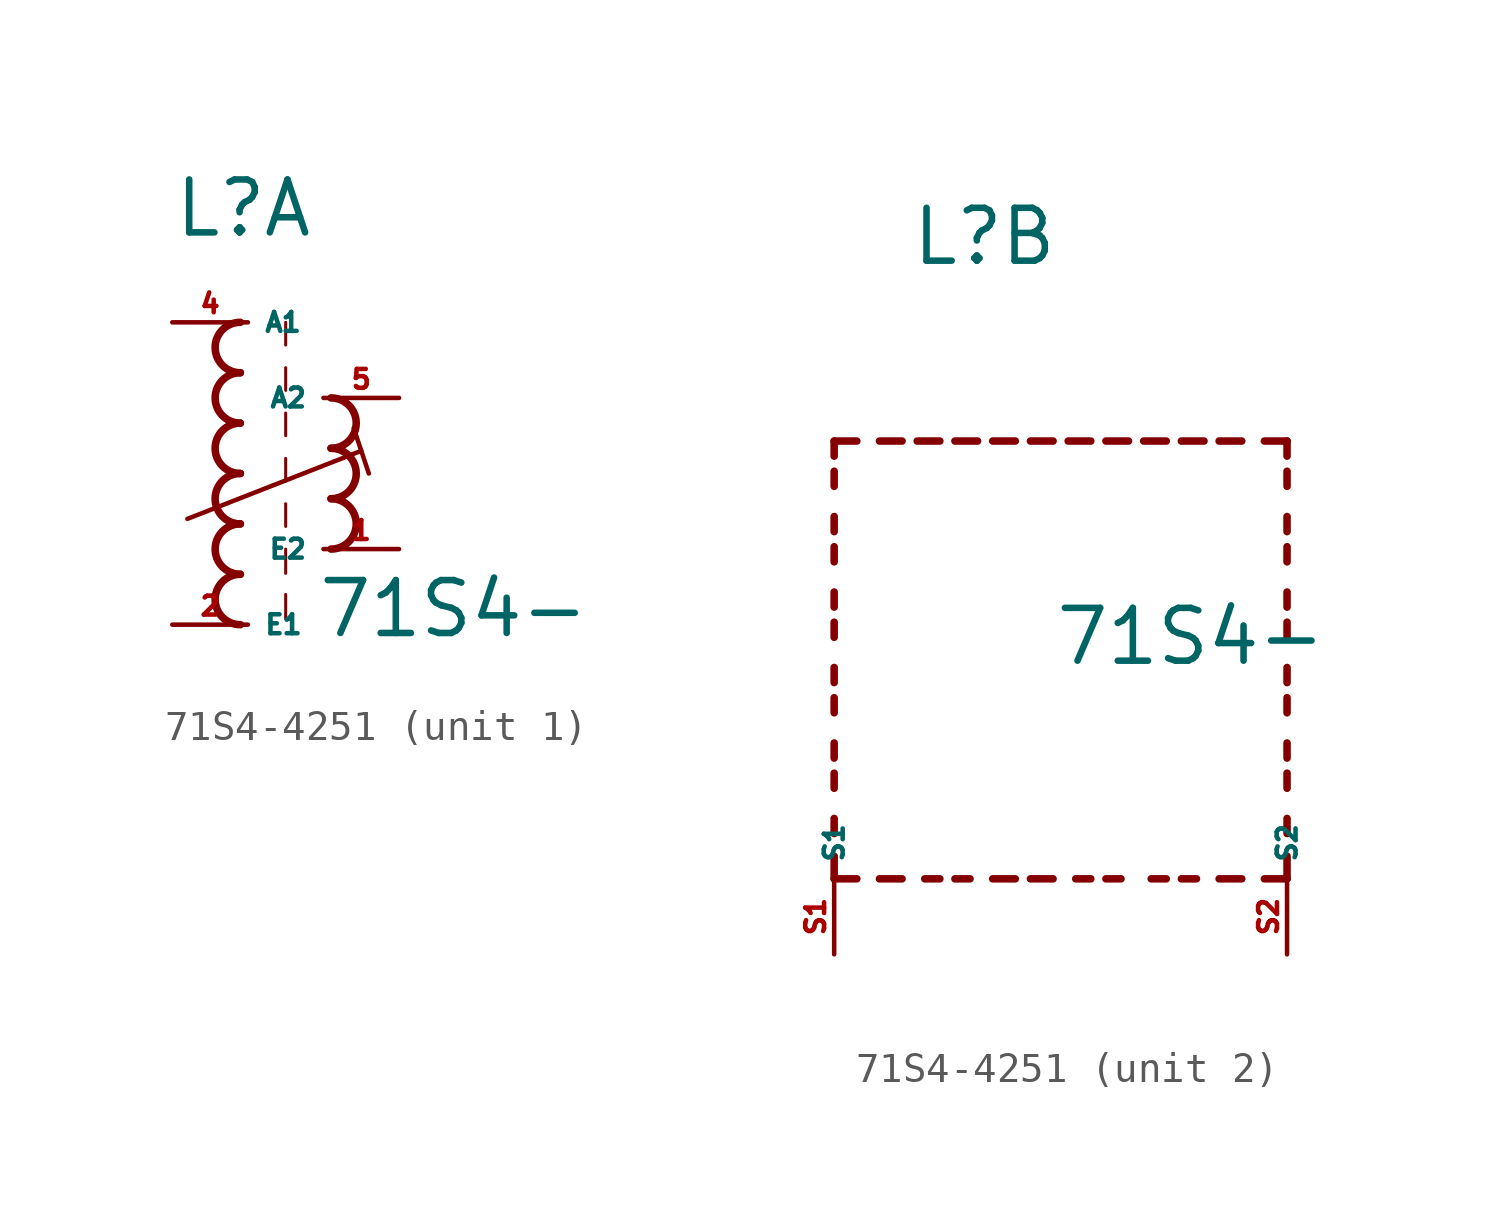
<source format=kicad_sym>
(kicad_symbol_lib
  (version 20220914)
  (generator kicad_symbol_editor)
  (symbol "71S4-4251"
    (property "Reference" "L"
      (at -2.54 7.874 0)
      (effects (font (size 1.778 1.778) (thickness 0.22)) (justify left bottom)))
    (property "Value" "71S4-"
      (at 2.286 -5.588 0)
      (effects (font (size 1.778 1.778) (thickness 0.22)) (justify left bottom)))
    (symbol "71S4-4251_1_0"
      (arc (start -0.254 -3.3866) (mid -1.1004 -4.2333) (end -0.254 -5.08) (stroke (width 0.254) (type default)) (fill (type none)))
      (arc (start -0.254 -1.6932) (mid -1.1004 -2.5399) (end -0.254 -3.3866) (stroke (width 0.254) (type default)) (fill (type none)))
      (arc (start -0.254 0) (mid -1.1004 -0.8467) (end -0.254 -1.6934) (stroke (width 0.254) (type default)) (fill (type none)))
      (arc (start -0.254 1.6934) (mid -1.1004 0.8467) (end -0.254 0) (stroke (width 0.254) (type default)) (fill (type none)))
      (arc (start -0.254 3.3866) (mid -1.1002 2.54) (end -0.254 1.6934) (stroke (width 0.254) (type default)) (fill (type none)))
      (arc (start -0.254 5.08) (mid -1.1004 4.2333) (end -0.254 3.3866) (stroke (width 0.254) (type default)) (fill (type none)))
      (polyline (pts (xy -2.032 -1.524) (xy 3.81 0.762)) (stroke (width 0.152) (type default)) (fill (type none)))
      (polyline (pts (xy 1.27 -4.064) (xy 1.27 -4.88)) (stroke (width 0.102) (type default)) (fill (type none)))
      (polyline (pts (xy 1.27 -2.54) (xy 1.27 -3.356)) (stroke (width 0.102) (type default)) (fill (type none)))
      (polyline (pts (xy 1.27 -1.016) (xy 1.27 -1.778)) (stroke (width 0.102) (type default)) (fill (type none)))
      (polyline (pts (xy 1.27 0.508) (xy 1.27 -0.254)) (stroke (width 0.102) (type default)) (fill (type none)))
      (polyline (pts (xy 1.27 2.032) (xy 1.27 1.27)) (stroke (width 0.102) (type default)) (fill (type none)))
      (polyline (pts (xy 1.27 3.556) (xy 1.27 2.794)) (stroke (width 0.102) (type default)) (fill (type none)))
      (polyline (pts (xy 1.27 5.08) (xy 1.27 4.318)) (stroke (width 0.102) (type default)) (fill (type none)))
      (polyline (pts (xy 3.556 1.524) (xy 4.064 0)) (stroke (width 0.152) (type default)) (fill (type none)))
      (arc (start 2.794 -2.54) (mid 3.6404 -1.6933) (end 2.794 -0.8466) (stroke (width 0.254) (type default)) (fill (type none)))
      (arc (start 2.794 -0.8466) (mid 3.6402 0) (end 2.794 0.8466) (stroke (width 0.254) (type default)) (fill (type none)))
      (arc (start 2.794 0.8466) (mid 3.6404 1.6933) (end 2.794 2.54) (stroke (width 0.254) (type default)) (fill (type none)))
      (pin passive line (at 5.08 -2.54 180) (length 2.54) (name "E2" (effects (font (size 0.635 0.635)))) (number "1" (effects (font (size 0.635 0.635)))))
      (pin passive line (at -2.54 -5.08 0) (length 2.54) (name "E1" (effects (font (size 0.635 0.635)))) (number "2" (effects (font (size 0.635 0.635)))))
      (pin passive line (at -2.54 5.08 0) (length 2.54) (name "A1" (effects (font (size 0.635 0.635)))) (number "4" (effects (font (size 0.635 0.635)))))
      (pin passive line (at 5.08 2.54 180) (length 2.54) (name "A2" (effects (font (size 0.635 0.635)))) (number "5" (effects (font (size 0.635 0.635))))))
    (symbol "71S4-4251_2_0"
      (polyline (pts (xy -5.08 -12.7) (xy -5.08 -11.938)) (stroke (width 0.254) (type default)) (fill (type none)))
      (polyline (pts (xy -5.08 -12.7) (xy -4.318 -12.7)) (stroke (width 0.254) (type default)) (fill (type none)))
      (polyline (pts (xy -5.08 -11.176) (xy -5.08 -10.668)) (stroke (width 0.254) (type default)) (fill (type none)))
      (polyline (pts (xy -5.08 -9.652) (xy -5.08 -9.144)) (stroke (width 0.254) (type default)) (fill (type none)))
      (polyline (pts (xy -5.08 -8.636) (xy -5.08 -8.128)) (stroke (width 0.254) (type default)) (fill (type none)))
      (polyline (pts (xy -5.08 -7.112) (xy -5.08 -6.604)) (stroke (width 0.254) (type default)) (fill (type none)))
      (polyline (pts (xy -5.08 -6.096) (xy -5.08 -5.588)) (stroke (width 0.254) (type default)) (fill (type none)))
      (polyline (pts (xy -5.08 -4.572) (xy -5.08 -4.064)) (stroke (width 0.254) (type default)) (fill (type none)))
      (polyline (pts (xy -5.08 -3.556) (xy -5.08 -3.048)) (stroke (width 0.254) (type default)) (fill (type none)))
      (polyline (pts (xy -5.08 -2.032) (xy -5.08 -1.524)) (stroke (width 0.254) (type default)) (fill (type none)))
      (polyline (pts (xy -5.08 -1.016) (xy -5.08 -0.508)) (stroke (width 0.254) (type default)) (fill (type none)))
      (polyline (pts (xy -5.08 0.508) (xy -5.08 1.016)) (stroke (width 0.254) (type default)) (fill (type none)))
      (polyline (pts (xy -5.08 1.524) (xy -5.08 2.032)) (stroke (width 0.254) (type default)) (fill (type none)))
      (polyline (pts (xy -5.08 2.032) (xy -4.318 2.032)) (stroke (width 0.254) (type default)) (fill (type none)))
      (polyline (pts (xy -3.556 -12.7) (xy -2.794 -12.7)) (stroke (width 0.254) (type default)) (fill (type none)))
      (polyline (pts (xy -3.556 2.032) (xy -2.794 2.032)) (stroke (width 0.254) (type default)) (fill (type none)))
      (polyline (pts (xy -1.524 -12.7) (xy -2.032 -12.7)) (stroke (width 0.254) (type default)) (fill (type none)))
      (polyline (pts (xy -1.524 2.032) (xy -2.286 2.032)) (stroke (width 0.254) (type default)) (fill (type none)))
      (polyline (pts (xy -1.016 2.032) (xy -0.254 2.032)) (stroke (width 0.254) (type default)) (fill (type none)))
      (polyline (pts (xy -0.508 -12.7) (xy -1.016 -12.7)) (stroke (width 0.254) (type default)) (fill (type none)))
      (polyline (pts (xy 1.016 -12.7) (xy 0.254 -12.7)) (stroke (width 0.254) (type default)) (fill (type none)))
      (polyline (pts (xy 1.016 2.032) (xy 0.254 2.032)) (stroke (width 0.254) (type default)) (fill (type none)))
      (polyline (pts (xy 1.524 -12.7) (xy 2.286 -12.7)) (stroke (width 0.254) (type default)) (fill (type none)))
      (polyline (pts (xy 1.524 2.032) (xy 2.286 2.032)) (stroke (width 0.254) (type default)) (fill (type none)))
      (polyline (pts (xy 3.556 -12.7) (xy 3.048 -12.7)) (stroke (width 0.254) (type default)) (fill (type none)))
      (polyline (pts (xy 3.556 2.032) (xy 2.794 2.032)) (stroke (width 0.254) (type default)) (fill (type none)))
      (polyline (pts (xy 4.064 2.032) (xy 4.826 2.032)) (stroke (width 0.254) (type default)) (fill (type none)))
      (polyline (pts (xy 4.572 -12.7) (xy 4.064 -12.7)) (stroke (width 0.254) (type default)) (fill (type none)))
      (polyline (pts (xy 6.096 -12.7) (xy 5.588 -12.7)) (stroke (width 0.254) (type default)) (fill (type none)))
      (polyline (pts (xy 6.096 2.032) (xy 5.334 2.032)) (stroke (width 0.254) (type default)) (fill (type none)))
      (polyline (pts (xy 6.604 2.032) (xy 7.366 2.032)) (stroke (width 0.254) (type default)) (fill (type none)))
      (polyline (pts (xy 7.112 -12.7) (xy 6.604 -12.7)) (stroke (width 0.254) (type default)) (fill (type none)))
      (polyline (pts (xy 8.636 -12.7) (xy 7.874 -12.7)) (stroke (width 0.254) (type default)) (fill (type none)))
      (polyline (pts (xy 8.636 2.032) (xy 7.874 2.032)) (stroke (width 0.254) (type default)) (fill (type none)))
      (polyline (pts (xy 10.16 -12.7) (xy 9.398 -12.7)) (stroke (width 0.254) (type default)) (fill (type none)))
      (polyline (pts (xy 10.16 -12.7) (xy 10.16 -11.938)) (stroke (width 0.254) (type default)) (fill (type none)))
      (polyline (pts (xy 10.16 -11.176) (xy 10.16 -10.668)) (stroke (width 0.254) (type default)) (fill (type none)))
      (polyline (pts (xy 10.16 -9.652) (xy 10.16 -9.144)) (stroke (width 0.254) (type default)) (fill (type none)))
      (polyline (pts (xy 10.16 -8.636) (xy 10.16 -8.128)) (stroke (width 0.254) (type default)) (fill (type none)))
      (polyline (pts (xy 10.16 -7.112) (xy 10.16 -6.604)) (stroke (width 0.254) (type default)) (fill (type none)))
      (polyline (pts (xy 10.16 -6.096) (xy 10.16 -5.588)) (stroke (width 0.254) (type default)) (fill (type none)))
      (polyline (pts (xy 10.16 -4.572) (xy 10.16 -4.064)) (stroke (width 0.254) (type default)) (fill (type none)))
      (polyline (pts (xy 10.16 -3.556) (xy 10.16 -3.048)) (stroke (width 0.254) (type default)) (fill (type none)))
      (polyline (pts (xy 10.16 -2.032) (xy 10.16 -1.524)) (stroke (width 0.254) (type default)) (fill (type none)))
      (polyline (pts (xy 10.16 -1.016) (xy 10.16 -0.508)) (stroke (width 0.254) (type default)) (fill (type none)))
      (polyline (pts (xy 10.16 0.508) (xy 10.16 1.016)) (stroke (width 0.254) (type default)) (fill (type none)))
      (polyline (pts (xy 10.16 1.524) (xy 10.16 2.032)) (stroke (width 0.254) (type default)) (fill (type none)))
      (polyline (pts (xy 10.16 2.032) (xy 9.398 2.032)) (stroke (width 0.254) (type default)) (fill (type none)))
      (pin passive line (at -5.08 -15.24 90) (length 2.54) (name "S1" (effects (font (size 0.635 0.635)))) (number "S1" (effects (font (size 0.635 0.635)))))
      (pin passive line (at 10.16 -15.24 90) (length 2.54) (name "S2" (effects (font (size 0.635 0.635)))) (number "S2" (effects (font (size 0.635 0.635))))))))
</source>
